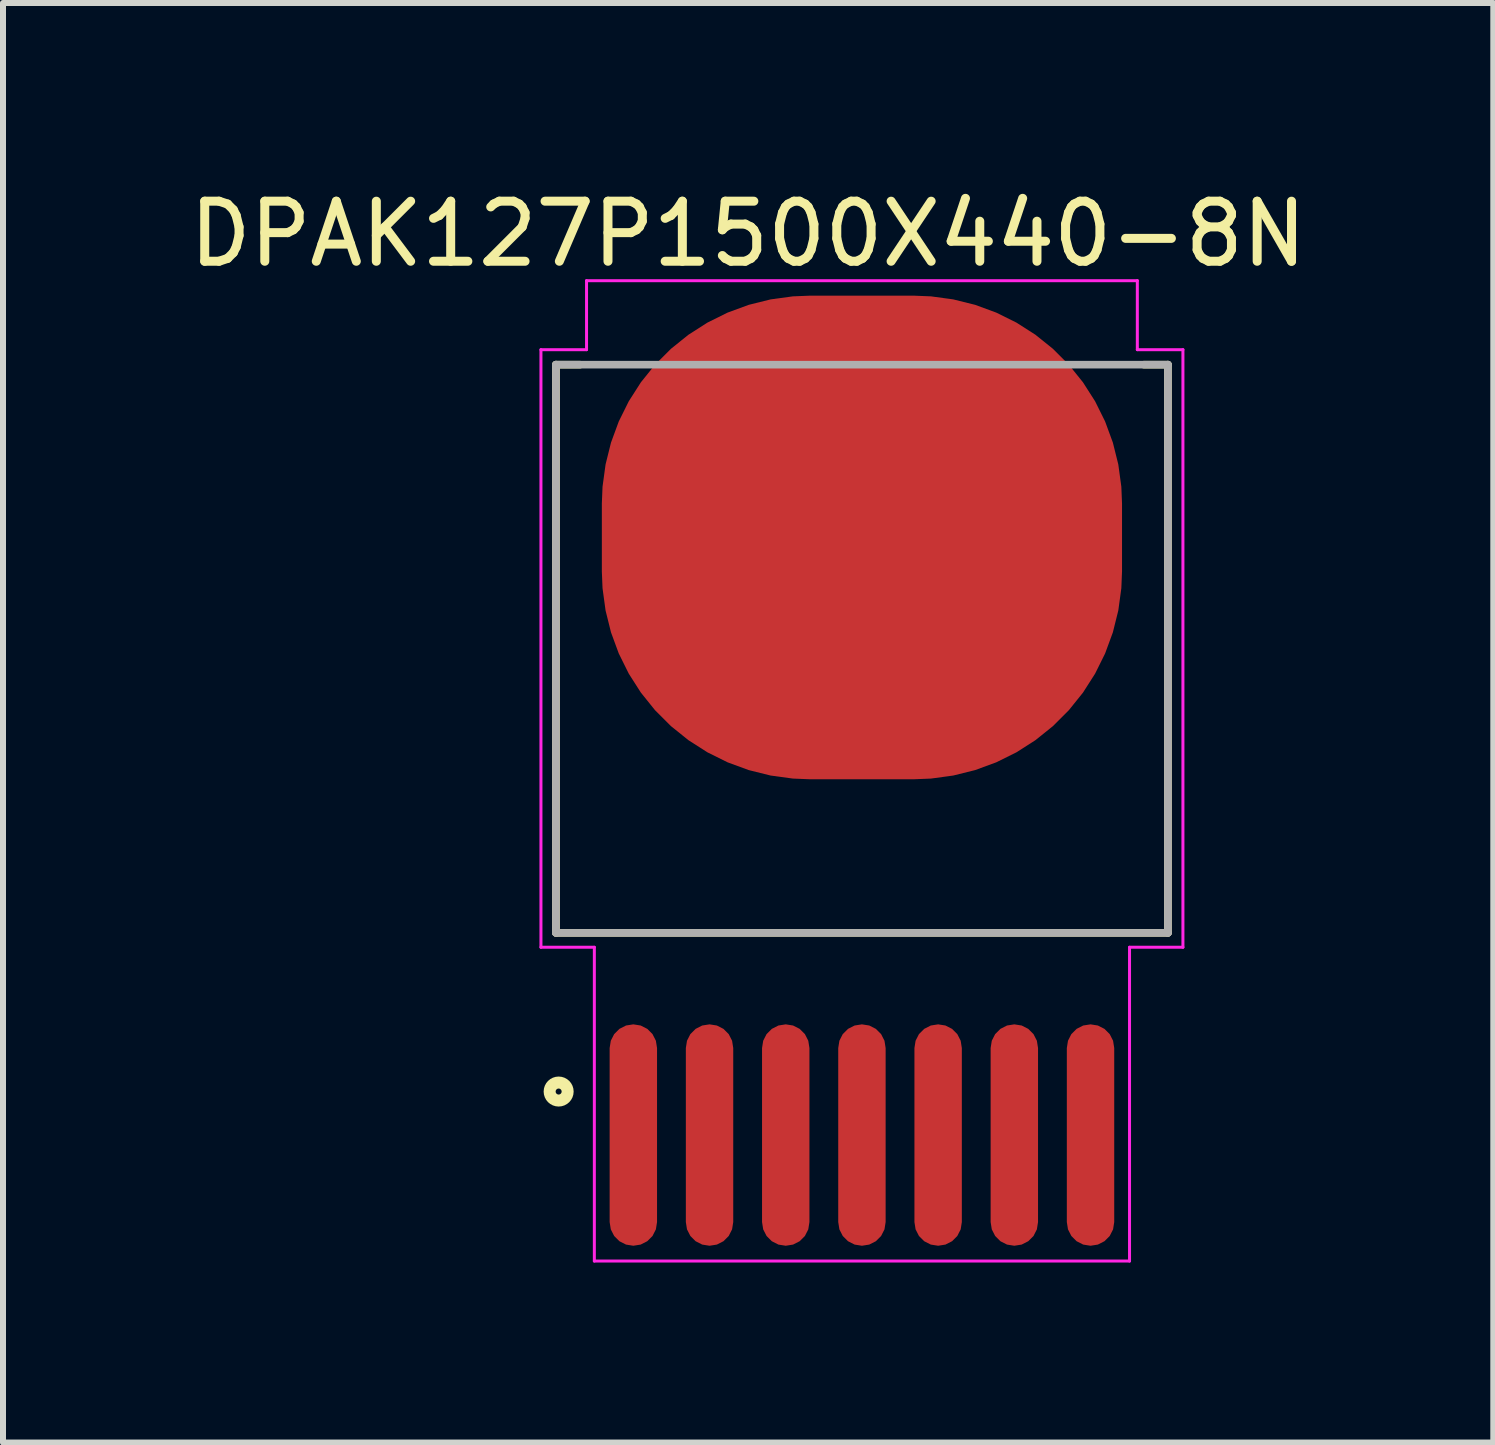
<source format=kicad_pcb>
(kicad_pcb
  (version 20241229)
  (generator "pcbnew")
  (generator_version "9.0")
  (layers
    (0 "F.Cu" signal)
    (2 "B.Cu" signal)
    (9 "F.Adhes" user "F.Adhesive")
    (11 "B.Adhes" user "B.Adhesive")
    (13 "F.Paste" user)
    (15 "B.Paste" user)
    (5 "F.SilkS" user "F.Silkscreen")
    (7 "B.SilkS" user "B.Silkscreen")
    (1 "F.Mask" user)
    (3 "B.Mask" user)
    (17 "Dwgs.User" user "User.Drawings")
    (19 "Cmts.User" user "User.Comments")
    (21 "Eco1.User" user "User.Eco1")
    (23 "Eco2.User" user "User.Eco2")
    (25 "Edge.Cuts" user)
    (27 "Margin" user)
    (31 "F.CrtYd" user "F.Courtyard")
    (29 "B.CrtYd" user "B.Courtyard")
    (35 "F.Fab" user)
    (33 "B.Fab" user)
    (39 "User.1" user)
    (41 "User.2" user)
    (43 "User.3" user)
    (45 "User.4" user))
  (footprint "DPAK127P1500X440-8N"
    (layer "F.Cu")
    (at 11.316 9.798)
    (property "Reference" "DPAK127P1500X440-8N" (at -1.897 -8.949 0) (layer "F.SilkS") (effects (font (size 1.001 1.001) (thickness 0.15))))
    (attr through_hole)
    (fp_line (start -5.1 -6.77) (end -4.7 -6.77) (stroke (width 0.127) (type solid)) (layer "F.SilkS"))
    (fp_line (start -5.1 2.7) (end -5.1 -6.77) (stroke (width 0.127) (type solid)) (layer "F.SilkS"))
    (fp_line (start 4.7 -6.77) (end 5.1 -6.77) (stroke (width 0.127) (type solid)) (layer "F.SilkS"))
    (fp_line (start 5.1 -6.77) (end 5.1 2.7) (stroke (width 0.127) (type solid)) (layer "F.SilkS"))
    (fp_line (start 5.1 2.7) (end -5.1 2.7) (stroke (width 0.127) (type solid)) (layer "F.SilkS"))
    (fp_circle (center -5.055 5.345) (end -4.905 5.345) (stroke (width 0.2) (type solid)) (fill no) (layer "F.SilkS"))
    (fp_poly (pts (xy -4.165 -1.495) (xy -2.76 -1.495) (xy -2.76 -0.255) (xy -4.165 -0.255)) (stroke (width 0.01) (type solid)) (fill yes) (layer "F.Paste"))
    (fp_poly (pts (xy -4.161 -3.505) (xy -2.76 -3.505) (xy -2.76 -2.266) (xy -4.161 -2.266)) (stroke (width 0.01) (type solid)) (fill yes) (layer "F.Paste"))
    (fp_poly (pts (xy -4.161 -5.515) (xy -2.76 -5.515) (xy -2.76 -4.276) (xy -4.161 -4.276)) (stroke (width 0.01) (type solid)) (fill yes) (layer "F.Paste"))
    (fp_poly (pts (xy -4.161 -7.525) (xy -2.76 -7.525) (xy -2.76 -6.286) (xy -4.161 -6.286)) (stroke (width 0.01) (type solid)) (fill yes) (layer "F.Paste"))
    (fp_poly (pts (xy -2.434 -1.495) (xy -1.03 -1.495) (xy -1.03 -0.255) (xy -2.434 -0.255)) (stroke (width 0.01) (type solid)) (fill yes) (layer "F.Paste"))
    (fp_poly (pts (xy -2.433 -7.525) (xy -1.03 -7.525) (xy -1.03 -6.293) (xy -2.433 -6.293)) (stroke (width 0.01) (type solid)) (fill yes) (layer "F.Paste"))
    (fp_poly (pts (xy -2.433 -5.515) (xy -1.03 -5.515) (xy -1.03 -4.28) (xy -2.433 -4.28)) (stroke (width 0.01) (type solid)) (fill yes) (layer "F.Paste"))
    (fp_poly (pts (xy -2.432 -3.505) (xy -1.03 -3.505) (xy -1.03 -2.266) (xy -2.432 -2.266)) (stroke (width 0.01) (type solid)) (fill yes) (layer "F.Paste"))
    (fp_poly (pts (xy -0.701 -5.515) (xy 0.7 -5.515) (xy 0.7 -4.283) (xy -0.701 -4.283)) (stroke (width 0.01) (type solid)) (fill yes) (layer "F.Paste"))
    (fp_poly (pts (xy -0.701 -7.525) (xy 0.7 -7.525) (xy 0.7 -6.291) (xy -0.701 -6.291)) (stroke (width 0.01) (type solid)) (fill yes) (layer "F.Paste"))
    (fp_poly (pts (xy -0.7 -1.495) (xy 0.7 -1.495) (xy 0.7 -0.255) (xy -0.7 -0.255)) (stroke (width 0.01) (type solid)) (fill yes) (layer "F.Paste"))
    (fp_poly (pts (xy -0.7 -3.505) (xy 0.7 -3.505) (xy 0.7 -2.265) (xy -0.7 -2.265)) (stroke (width 0.01) (type solid)) (fill yes) (layer "F.Paste"))
    (fp_poly (pts (xy 1.031 -1.495) (xy 2.43 -1.495) (xy 2.43 -0.255) (xy 1.031 -0.255)) (stroke (width 0.01) (type solid)) (fill yes) (layer "F.Paste"))
    (fp_poly (pts (xy 1.031 -5.515) (xy 2.43 -5.515) (xy 2.43 -4.279) (xy 1.031 -4.279)) (stroke (width 0.01) (type solid)) (fill yes) (layer "F.Paste"))
    (fp_poly (pts (xy 1.031 -3.505) (xy 2.43 -3.505) (xy 2.43 -2.268) (xy 1.031 -2.268)) (stroke (width 0.01) (type solid)) (fill yes) (layer "F.Paste"))
    (fp_poly (pts (xy 1.031 -7.525) (xy 2.43 -7.525) (xy 2.43 -6.294) (xy 1.031 -6.294)) (stroke (width 0.01) (type solid)) (fill yes) (layer "F.Paste"))
    (fp_poly (pts (xy 2.761 -7.525) (xy 4.16 -7.525) (xy 4.16 -6.287) (xy 2.761 -6.287)) (stroke (width 0.01) (type solid)) (fill yes) (layer "F.Paste"))
    (fp_poly (pts (xy 2.764 -1.495) (xy 4.16 -1.495) (xy 4.16 -0.255) (xy 2.764 -0.255)) (stroke (width 0.01) (type solid)) (fill yes) (layer "F.Paste"))
    (fp_poly (pts (xy 2.765 -3.505) (xy 4.16 -3.505) (xy 4.16 -2.269) (xy 2.765 -2.269)) (stroke (width 0.01) (type solid)) (fill yes) (layer "F.Paste"))
    (fp_poly (pts (xy 2.765 -5.515) (xy 4.16 -5.515) (xy 4.16 -4.283) (xy 2.765 -4.283)) (stroke (width 0.01) (type solid)) (fill yes) (layer "F.Paste"))
    (fp_line (start -5.35 -7.02) (end -4.59 -7.02) (stroke (width 0.05) (type solid)) (layer "F.CrtYd"))
    (fp_line (start -5.35 2.94) (end -5.35 -7.02) (stroke (width 0.05) (type solid)) (layer "F.CrtYd"))
    (fp_line (start -4.59 -8.17) (end 4.59 -8.17) (stroke (width 0.05) (type solid)) (layer "F.CrtYd"))
    (fp_line (start -4.59 -7.02) (end -4.59 -8.17) (stroke (width 0.05) (type solid)) (layer "F.CrtYd"))
    (fp_line (start -4.46 2.94) (end -5.35 2.94) (stroke (width 0.05) (type solid)) (layer "F.CrtYd"))
    (fp_line (start -4.46 8.17) (end -4.46 2.94) (stroke (width 0.05) (type solid)) (layer "F.CrtYd"))
    (fp_line (start 4.46 2.94) (end 4.46 8.17) (stroke (width 0.05) (type solid)) (layer "F.CrtYd"))
    (fp_line (start 4.46 8.17) (end -4.46 8.17) (stroke (width 0.05) (type solid)) (layer "F.CrtYd"))
    (fp_line (start 4.59 -8.17) (end 4.59 -7.02) (stroke (width 0.05) (type solid)) (layer "F.CrtYd"))
    (fp_line (start 4.59 -7.02) (end 5.35 -7.02) (stroke (width 0.05) (type solid)) (layer "F.CrtYd"))
    (fp_line (start 5.35 -7.02) (end 5.35 2.94) (stroke (width 0.05) (type solid)) (layer "F.CrtYd"))
    (fp_line (start 5.35 2.94) (end 4.46 2.94) (stroke (width 0.05) (type solid)) (layer "F.CrtYd"))
    (fp_line (start -5.1 -6.77) (end 5.1 -6.77) (stroke (width 0.127) (type solid)) (layer "F.Fab"))
    (fp_line (start -5.1 2.7) (end -5.1 -6.77) (stroke (width 0.127) (type solid)) (layer "F.Fab"))
    (fp_line (start 5.1 -6.77) (end 5.1 2.7) (stroke (width 0.127) (type solid)) (layer "F.Fab"))
    (fp_line (start 5.1 2.7) (end -5.1 2.7) (stroke (width 0.127) (type solid)) (layer "F.Fab"))
    (pad "1" smd roundrect (at -3.81 6.07) (size 0.79 3.69) (layers "F.Cu" "F.Mask" "F.Paste") (roundrect_rratio 0.5))
    (pad "2" smd roundrect (at -2.54 6.07) (size 0.79 3.69) (layers "F.Cu" "F.Mask" "F.Paste") (roundrect_rratio 0.5))
    (pad "3" smd roundrect (at -1.27 6.07) (size 0.79 3.69) (layers "F.Cu" "F.Mask" "F.Paste") (roundrect_rratio 0.5))
    (pad "4" smd roundrect (at 0 6.07) (size 0.79 3.69) (layers "F.Cu" "F.Mask" "F.Paste") (roundrect_rratio 0.5))
    (pad "5" smd roundrect (at 1.27 6.07) (size 0.79 3.69) (layers "F.Cu" "F.Mask" "F.Paste") (roundrect_rratio 0.5))
    (pad "6" smd roundrect (at 2.54 6.07) (size 0.79 3.69) (layers "F.Cu" "F.Mask" "F.Paste") (roundrect_rratio 0.5))
    (pad "7" smd roundrect (at 3.81 6.07) (size 0.79 3.69) (layers "F.Cu" "F.Mask" "F.Paste") (roundrect_rratio 0.5))
    (pad "8" smd roundrect (at 0 -3.89 90) (size 8.06 8.67) (layers "F.Cu" "F.Mask") (roundrect_rratio 0.43)))
  (gr_rect
    (start -3 -3)
    (end 21.839 20.993)
    (stroke (width 0.1) (type default))
    (fill no)
    (layer "Edge.Cuts")))
</source>
